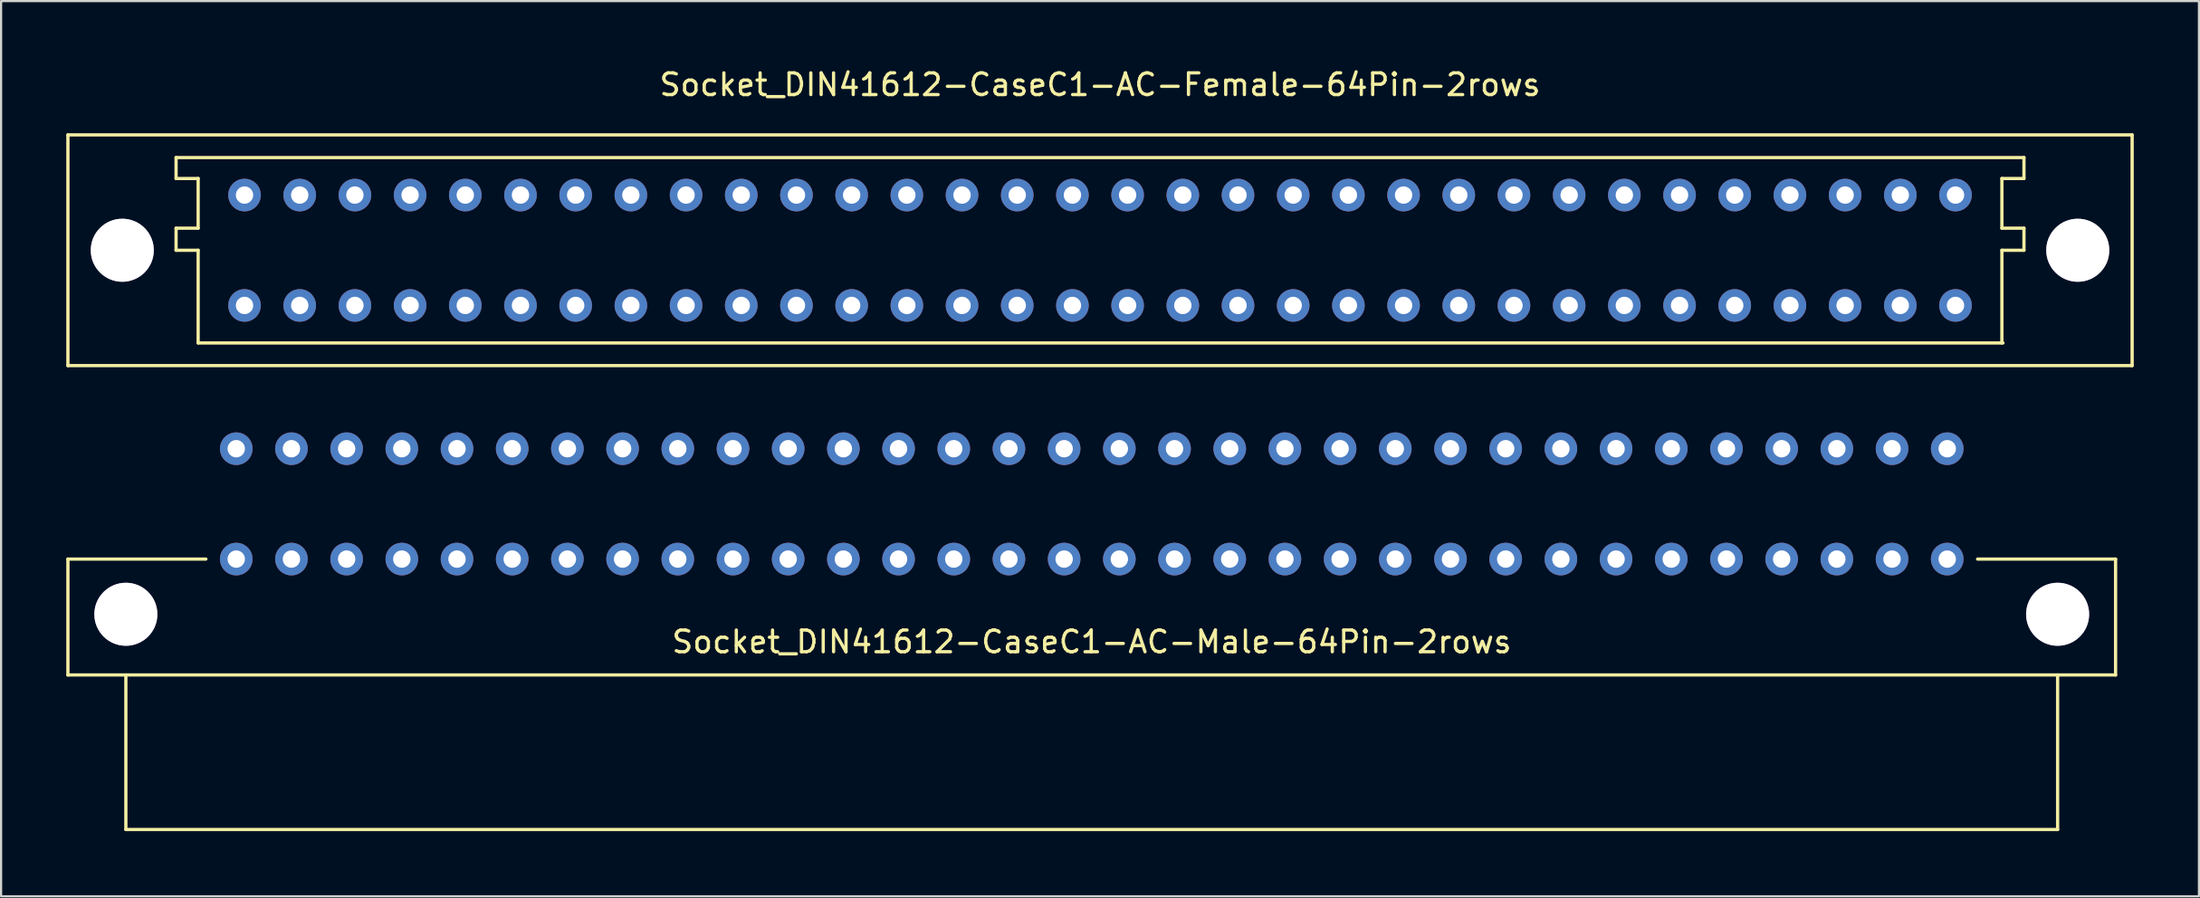
<source format=kicad_pcb>
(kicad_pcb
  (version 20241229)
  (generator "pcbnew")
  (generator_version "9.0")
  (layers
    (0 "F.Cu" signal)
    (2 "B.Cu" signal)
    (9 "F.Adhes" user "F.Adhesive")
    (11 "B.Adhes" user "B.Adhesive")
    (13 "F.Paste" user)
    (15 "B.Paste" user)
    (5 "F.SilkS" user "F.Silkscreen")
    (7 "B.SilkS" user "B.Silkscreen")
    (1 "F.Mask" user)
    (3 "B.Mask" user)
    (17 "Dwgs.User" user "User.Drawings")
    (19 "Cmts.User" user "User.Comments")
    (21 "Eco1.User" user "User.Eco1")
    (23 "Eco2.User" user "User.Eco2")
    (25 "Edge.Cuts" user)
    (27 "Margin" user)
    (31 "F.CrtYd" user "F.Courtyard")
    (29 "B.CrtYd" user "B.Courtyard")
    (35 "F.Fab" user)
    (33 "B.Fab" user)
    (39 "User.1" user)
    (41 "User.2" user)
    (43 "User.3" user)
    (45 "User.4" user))
  (footprint "Socket_DIN41612-CaseC1-AC-Male-64Pin-2rows"
    (layer "F.Cu")
    (at 47.192 20.142)
    (property "Reference" "Socket_DIN41612-CaseC1-AC-Male-64Pin-2rows" (at 0 6.35 0) (layer "F.SilkS") (effects (font (size 1 1) (thickness 0.15))))
    (attr through_hole)
    (fp_line (start -47.117 2.54) (end -40.767 2.54) (stroke (width 0.15) (type solid)) (layer "F.SilkS"))
    (fp_line (start -47.117 7.874) (end -47.117 2.54) (stroke (width 0.15) (type solid)) (layer "F.SilkS"))
    (fp_line (start -44.45 14.986) (end -44.45 7.874) (stroke (width 0.15) (type solid)) (layer "F.SilkS"))
    (fp_line (start 44.45 7.874) (end 44.45 14.986) (stroke (width 0.15) (type solid)) (layer "F.SilkS"))
    (fp_line (start 44.45 14.986) (end -44.45 14.986) (stroke (width 0.15) (type solid)) (layer "F.SilkS"))
    (fp_line (start 47.117 2.54) (end 40.767 2.54) (stroke (width 0.15) (type solid)) (layer "F.SilkS"))
    (fp_line (start 47.117 2.54) (end 47.117 7.874) (stroke (width 0.15) (type solid)) (layer "F.SilkS"))
    (fp_line (start 47.117 7.874) (end -47.117 7.874) (stroke (width 0.15) (type solid)) (layer "F.SilkS"))
    (pad "1" thru_hole circle (at -44.45 5.08) (size 2.901 2.901) (drill 2.901) (layers "*.Cu" "*.Mask"))
    (pad "1" thru_hole circle (at 44.45 5.08) (size 2.901 2.901) (drill 2.901) (layers "*.Cu" "*.Mask"))
    (pad "1a" thru_hole circle (at 39.37 -2.54 180) (size 1.501 1.501) (drill 0.8) (layers "*.Cu" "*.Mask"))
    (pad "1c" thru_hole circle (at 39.37 2.54 180) (size 1.501 1.501) (drill 0.8) (layers "*.Cu" "*.Mask"))
    (pad "2a" thru_hole circle (at 36.83 -2.54 180) (size 1.501 1.501) (drill 0.8) (layers "*.Cu" "*.Mask"))
    (pad "2c" thru_hole circle (at 36.83 2.54 180) (size 1.501 1.501) (drill 0.8) (layers "*.Cu" "*.Mask"))
    (pad "3a" thru_hole circle (at 34.29 -2.54 180) (size 1.501 1.501) (drill 0.8) (layers "*.Cu" "*.Mask"))
    (pad "3c" thru_hole circle (at 34.29 2.54 180) (size 1.501 1.501) (drill 0.8) (layers "*.Cu" "*.Mask"))
    (pad "4a" thru_hole circle (at 31.75 -2.54 180) (size 1.501 1.501) (drill 0.8) (layers "*.Cu" "*.Mask"))
    (pad "4c" thru_hole circle (at 31.75 2.54 180) (size 1.501 1.501) (drill 0.8) (layers "*.Cu" "*.Mask"))
    (pad "5a" thru_hole circle (at 29.21 -2.54 180) (size 1.501 1.501) (drill 0.8) (layers "*.Cu" "*.Mask"))
    (pad "5c" thru_hole circle (at 29.21 2.54 180) (size 1.501 1.501) (drill 0.8) (layers "*.Cu" "*.Mask"))
    (pad "6a" thru_hole circle (at 26.67 -2.54 180) (size 1.501 1.501) (drill 0.8) (layers "*.Cu" "*.Mask"))
    (pad "6c" thru_hole circle (at 26.67 2.54 180) (size 1.501 1.501) (drill 0.8) (layers "*.Cu" "*.Mask"))
    (pad "7a" thru_hole circle (at 24.13 -2.54 180) (size 1.501 1.501) (drill 0.8) (layers "*.Cu" "*.Mask"))
    (pad "7c" thru_hole circle (at 24.13 2.54 180) (size 1.501 1.501) (drill 0.8) (layers "*.Cu" "*.Mask"))
    (pad "8a" thru_hole circle (at 21.59 -2.54 180) (size 1.501 1.501) (drill 0.8) (layers "*.Cu" "*.Mask"))
    (pad "8c" thru_hole circle (at 21.59 2.54 180) (size 1.501 1.501) (drill 0.8) (layers "*.Cu" "*.Mask"))
    (pad "9a" thru_hole circle (at 19.05 -2.54 180) (size 1.501 1.501) (drill 0.8) (layers "*.Cu" "*.Mask"))
    (pad "9c" thru_hole circle (at 19.05 2.54 180) (size 1.501 1.501) (drill 0.8) (layers "*.Cu" "*.Mask"))
    (pad "10a" thru_hole circle (at 16.51 -2.54 180) (size 1.501 1.501) (drill 0.8) (layers "*.Cu" "*.Mask"))
    (pad "10c" thru_hole circle (at 16.51 2.54 180) (size 1.501 1.501) (drill 0.8) (layers "*.Cu" "*.Mask"))
    (pad "11a" thru_hole circle (at 13.97 -2.54 180) (size 1.501 1.501) (drill 0.8) (layers "*.Cu" "*.Mask"))
    (pad "11c" thru_hole circle (at 13.97 2.54 180) (size 1.501 1.501) (drill 0.8) (layers "*.Cu" "*.Mask"))
    (pad "12a" thru_hole circle (at 11.43 -2.54 180) (size 1.501 1.501) (drill 0.8) (layers "*.Cu" "*.Mask"))
    (pad "12c" thru_hole circle (at 11.43 2.54 180) (size 1.501 1.501) (drill 0.8) (layers "*.Cu" "*.Mask"))
    (pad "13a" thru_hole circle (at 8.89 -2.54 180) (size 1.501 1.501) (drill 0.8) (layers "*.Cu" "*.Mask"))
    (pad "13c" thru_hole circle (at 8.89 2.54 180) (size 1.501 1.501) (drill 0.8) (layers "*.Cu" "*.Mask"))
    (pad "14a" thru_hole circle (at 6.35 -2.54 180) (size 1.501 1.501) (drill 0.8) (layers "*.Cu" "*.Mask"))
    (pad "14c" thru_hole circle (at 6.35 2.54 180) (size 1.501 1.501) (drill 0.8) (layers "*.Cu" "*.Mask"))
    (pad "15a" thru_hole circle (at 3.81 -2.54 180) (size 1.501 1.501) (drill 0.8) (layers "*.Cu" "*.Mask"))
    (pad "15c" thru_hole circle (at 3.81 2.54 180) (size 1.501 1.501) (drill 0.8) (layers "*.Cu" "*.Mask"))
    (pad "16a" thru_hole circle (at 1.27 -2.54 180) (size 1.501 1.501) (drill 0.8) (layers "*.Cu" "*.Mask"))
    (pad "16c" thru_hole circle (at 1.27 2.54 180) (size 1.501 1.501) (drill 0.8) (layers "*.Cu" "*.Mask"))
    (pad "17a" thru_hole circle (at -1.27 -2.54 180) (size 1.501 1.501) (drill 0.8) (layers "*.Cu" "*.Mask"))
    (pad "17c" thru_hole circle (at -1.27 2.54 180) (size 1.501 1.501) (drill 0.8) (layers "*.Cu" "*.Mask"))
    (pad "18a" thru_hole circle (at -3.81 -2.54 180) (size 1.501 1.501) (drill 0.8) (layers "*.Cu" "*.Mask"))
    (pad "18c" thru_hole circle (at -3.81 2.54 180) (size 1.501 1.501) (drill 0.8) (layers "*.Cu" "*.Mask"))
    (pad "19a" thru_hole circle (at -6.35 -2.54 180) (size 1.501 1.501) (drill 0.8) (layers "*.Cu" "*.Mask"))
    (pad "19c" thru_hole circle (at -6.35 2.54 180) (size 1.501 1.501) (drill 0.8) (layers "*.Cu" "*.Mask"))
    (pad "20a" thru_hole circle (at -8.89 -2.54 180) (size 1.501 1.501) (drill 0.8) (layers "*.Cu" "*.Mask"))
    (pad "20c" thru_hole circle (at -8.89 2.54 180) (size 1.501 1.501) (drill 0.8) (layers "*.Cu" "*.Mask"))
    (pad "21a" thru_hole circle (at -11.43 -2.54 180) (size 1.501 1.501) (drill 0.8) (layers "*.Cu" "*.Mask"))
    (pad "21c" thru_hole circle (at -11.43 2.54 180) (size 1.501 1.501) (drill 0.8) (layers "*.Cu" "*.Mask"))
    (pad "22a" thru_hole circle (at -13.97 -2.54 180) (size 1.501 1.501) (drill 0.8) (layers "*.Cu" "*.Mask"))
    (pad "22c" thru_hole circle (at -13.97 2.54 180) (size 1.501 1.501) (drill 0.8) (layers "*.Cu" "*.Mask"))
    (pad "23a" thru_hole circle (at -16.51 -2.54 180) (size 1.501 1.501) (drill 0.8) (layers "*.Cu" "*.Mask"))
    (pad "23c" thru_hole circle (at -16.51 2.54 180) (size 1.501 1.501) (drill 0.8) (layers "*.Cu" "*.Mask"))
    (pad "24" thru_hole circle (at -19.05 -2.54 180) (size 1.501 1.501) (drill 0.8) (layers "*.Cu" "*.Mask"))
    (pad "24c" thru_hole circle (at -19.05 2.54 180) (size 1.501 1.501) (drill 0.8) (layers "*.Cu" "*.Mask"))
    (pad "25a" thru_hole circle (at -21.59 -2.54 180) (size 1.501 1.501) (drill 0.8) (layers "*.Cu" "*.Mask"))
    (pad "25c" thru_hole circle (at -21.59 2.54 180) (size 1.501 1.501) (drill 0.8) (layers "*.Cu" "*.Mask"))
    (pad "26a" thru_hole circle (at -24.13 -2.54 180) (size 1.501 1.501) (drill 0.8) (layers "*.Cu" "*.Mask"))
    (pad "26c" thru_hole circle (at -24.13 2.54 180) (size 1.501 1.501) (drill 0.8) (layers "*.Cu" "*.Mask"))
    (pad "27a" thru_hole circle (at -26.67 -2.54 180) (size 1.501 1.501) (drill 0.8) (layers "*.Cu" "*.Mask"))
    (pad "27c" thru_hole circle (at -26.67 2.54 180) (size 1.501 1.501) (drill 0.8) (layers "*.Cu" "*.Mask"))
    (pad "28a" thru_hole circle (at -29.21 -2.54 180) (size 1.501 1.501) (drill 0.8) (layers "*.Cu" "*.Mask"))
    (pad "28c" thru_hole circle (at -29.21 2.54 180) (size 1.501 1.501) (drill 0.8) (layers "*.Cu" "*.Mask"))
    (pad "29a" thru_hole circle (at -31.75 -2.54 180) (size 1.501 1.501) (drill 0.8) (layers "*.Cu" "*.Mask"))
    (pad "29c" thru_hole circle (at -31.75 2.54 180) (size 1.501 1.501) (drill 0.8) (layers "*.Cu" "*.Mask"))
    (pad "30a" thru_hole circle (at -34.29 -2.54 180) (size 1.501 1.501) (drill 0.8) (layers "*.Cu" "*.Mask"))
    (pad "30c" thru_hole circle (at -34.29 2.54 180) (size 1.501 1.501) (drill 0.8) (layers "*.Cu" "*.Mask"))
    (pad "31a" thru_hole circle (at -36.83 -2.54 180) (size 1.501 1.501) (drill 0.8) (layers "*.Cu" "*.Mask"))
    (pad "31c" thru_hole circle (at -36.83 2.54 180) (size 1.501 1.501) (drill 0.8) (layers "*.Cu" "*.Mask"))
    (pad "32a" thru_hole circle (at -39.37 -2.54 180) (size 1.501 1.501) (drill 0.8) (layers "*.Cu" "*.Mask"))
    (pad "32c" thru_hole circle (at -39.37 2.54 180) (size 1.501 1.501) (drill 0.8) (layers "*.Cu" "*.Mask")))
  (footprint "Socket_DIN41612-CaseC1-AC-Female-64Pin-2rows"
    (layer "F.Cu")
    (at 47.573 8.468)
    (property "Reference" "Socket_DIN41612-CaseC1-AC-Female-64Pin-2rows" (at 0 -7.62 0) (layer "F.SilkS") (effects (font (size 1 1) (thickness 0.15))))
    (attr through_hole)
    (fp_line (start -47.498 -5.309) (end -47.498 5.309) (stroke (width 0.15) (type solid)) (layer "F.SilkS"))
    (fp_line (start -47.498 5.309) (end 47.498 5.309) (stroke (width 0.15) (type solid)) (layer "F.SilkS"))
    (fp_line (start -42.52 -3.302) (end -42.52 -4.267) (stroke (width 0.15) (type solid)) (layer "F.SilkS"))
    (fp_line (start -42.52 -1.016) (end -41.504 -1.016) (stroke (width 0.15) (type solid)) (layer "F.SilkS"))
    (fp_line (start -42.52 0) (end -42.52 -1.016) (stroke (width 0.15) (type solid)) (layer "F.SilkS"))
    (fp_line (start -41.504 -3.302) (end -42.52 -3.302) (stroke (width 0.15) (type solid)) (layer "F.SilkS"))
    (fp_line (start -41.504 -1.016) (end -41.504 -3.302) (stroke (width 0.15) (type solid)) (layer "F.SilkS"))
    (fp_line (start -41.504 0) (end -42.52 0) (stroke (width 0.15) (type solid)) (layer "F.SilkS"))
    (fp_line (start -41.504 4.267) (end -41.504 0) (stroke (width 0.15) (type solid)) (layer "F.SilkS"))
    (fp_line (start -41.504 4.267) (end 41.554 4.267) (stroke (width 0.15) (type solid)) (layer "F.SilkS"))
    (fp_line (start 41.504 -3.302) (end 42.52 -3.302) (stroke (width 0.15) (type solid)) (layer "F.SilkS"))
    (fp_line (start 41.504 -1.016) (end 41.504 -3.302) (stroke (width 0.15) (type solid)) (layer "F.SilkS"))
    (fp_line (start 41.504 0) (end 42.52 0) (stroke (width 0.15) (type solid)) (layer "F.SilkS"))
    (fp_line (start 41.504 4.267) (end 41.504 0) (stroke (width 0.15) (type solid)) (layer "F.SilkS"))
    (fp_line (start 42.52 -4.267) (end -42.52 -4.267) (stroke (width 0.15) (type solid)) (layer "F.SilkS"))
    (fp_line (start 42.52 -3.302) (end 42.52 -4.267) (stroke (width 0.15) (type solid)) (layer "F.SilkS"))
    (fp_line (start 42.52 -1.016) (end 41.504 -1.016) (stroke (width 0.15) (type solid)) (layer "F.SilkS"))
    (fp_line (start 42.52 0) (end 42.52 -1.016) (stroke (width 0.15) (type solid)) (layer "F.SilkS"))
    (fp_line (start 47.498 -5.309) (end -47.498 -5.309) (stroke (width 0.15) (type solid)) (layer "F.SilkS"))
    (fp_line (start 47.498 5.309) (end 47.498 -5.309) (stroke (width 0.15) (type solid)) (layer "F.SilkS"))
    (pad "1" thru_hole circle (at -44.996 0) (size 2.901 2.901) (drill 2.901) (layers "*.Cu" "*.Mask"))
    (pad "1" thru_hole circle (at 44.996 0) (size 2.901 2.901) (drill 2.901) (layers "*.Cu" "*.Mask"))
    (pad "1a" thru_hole circle (at 39.37 -2.54 180) (size 1.501 1.501) (drill 0.8) (layers "*.Cu" "*.Mask"))
    (pad "1c" thru_hole circle (at 39.37 2.54 180) (size 1.501 1.501) (drill 0.8) (layers "*.Cu" "*.Mask"))
    (pad "2a" thru_hole circle (at 36.83 -2.54 180) (size 1.501 1.501) (drill 0.8) (layers "*.Cu" "*.Mask"))
    (pad "2c" thru_hole circle (at 36.83 2.54 180) (size 1.501 1.501) (drill 0.8) (layers "*.Cu" "*.Mask"))
    (pad "3a" thru_hole circle (at 34.29 -2.54 180) (size 1.501 1.501) (drill 0.8) (layers "*.Cu" "*.Mask"))
    (pad "3c" thru_hole circle (at 34.29 2.54 180) (size 1.501 1.501) (drill 0.8) (layers "*.Cu" "*.Mask"))
    (pad "4a" thru_hole circle (at 31.75 -2.54 180) (size 1.501 1.501) (drill 0.8) (layers "*.Cu" "*.Mask"))
    (pad "4c" thru_hole circle (at 31.75 2.54 180) (size 1.501 1.501) (drill 0.8) (layers "*.Cu" "*.Mask"))
    (pad "5a" thru_hole circle (at 29.21 -2.54 180) (size 1.501 1.501) (drill 0.8) (layers "*.Cu" "*.Mask"))
    (pad "5c" thru_hole circle (at 29.21 2.54 180) (size 1.501 1.501) (drill 0.8) (layers "*.Cu" "*.Mask"))
    (pad "6a" thru_hole circle (at 26.67 -2.54 180) (size 1.501 1.501) (drill 0.8) (layers "*.Cu" "*.Mask"))
    (pad "6c" thru_hole circle (at 26.67 2.54 180) (size 1.501 1.501) (drill 0.8) (layers "*.Cu" "*.Mask"))
    (pad "7a" thru_hole circle (at 24.13 -2.54 180) (size 1.501 1.501) (drill 0.8) (layers "*.Cu" "*.Mask"))
    (pad "7c" thru_hole circle (at 24.13 2.54 180) (size 1.501 1.501) (drill 0.8) (layers "*.Cu" "*.Mask"))
    (pad "8a" thru_hole circle (at 21.59 -2.54 180) (size 1.501 1.501) (drill 0.8) (layers "*.Cu" "*.Mask"))
    (pad "8c" thru_hole circle (at 21.59 2.54 180) (size 1.501 1.501) (drill 0.8) (layers "*.Cu" "*.Mask"))
    (pad "9a" thru_hole circle (at 19.05 -2.54 180) (size 1.501 1.501) (drill 0.8) (layers "*.Cu" "*.Mask"))
    (pad "9c" thru_hole circle (at 19.05 2.54 180) (size 1.501 1.501) (drill 0.8) (layers "*.Cu" "*.Mask"))
    (pad "10a" thru_hole circle (at 16.51 -2.54 180) (size 1.501 1.501) (drill 0.8) (layers "*.Cu" "*.Mask"))
    (pad "10c" thru_hole circle (at 16.51 2.54 180) (size 1.501 1.501) (drill 0.8) (layers "*.Cu" "*.Mask"))
    (pad "11a" thru_hole circle (at 13.97 -2.54 180) (size 1.501 1.501) (drill 0.8) (layers "*.Cu" "*.Mask"))
    (pad "11c" thru_hole circle (at 13.97 2.54 180) (size 1.501 1.501) (drill 0.8) (layers "*.Cu" "*.Mask"))
    (pad "12a" thru_hole circle (at 11.43 -2.54 180) (size 1.501 1.501) (drill 0.8) (layers "*.Cu" "*.Mask"))
    (pad "12c" thru_hole circle (at 11.43 2.54 180) (size 1.501 1.501) (drill 0.8) (layers "*.Cu" "*.Mask"))
    (pad "13a" thru_hole circle (at 8.89 -2.54 180) (size 1.501 1.501) (drill 0.8) (layers "*.Cu" "*.Mask"))
    (pad "13c" thru_hole circle (at 8.89 2.54 180) (size 1.501 1.501) (drill 0.8) (layers "*.Cu" "*.Mask"))
    (pad "14a" thru_hole circle (at 6.35 -2.54 180) (size 1.501 1.501) (drill 0.8) (layers "*.Cu" "*.Mask"))
    (pad "14c" thru_hole circle (at 6.35 2.54 180) (size 1.501 1.501) (drill 0.8) (layers "*.Cu" "*.Mask"))
    (pad "15a" thru_hole circle (at 3.81 -2.54 180) (size 1.501 1.501) (drill 0.8) (layers "*.Cu" "*.Mask"))
    (pad "15c" thru_hole circle (at 3.81 2.54 180) (size 1.501 1.501) (drill 0.8) (layers "*.Cu" "*.Mask"))
    (pad "16a" thru_hole circle (at 1.27 -2.54 180) (size 1.501 1.501) (drill 0.8) (layers "*.Cu" "*.Mask"))
    (pad "16c" thru_hole circle (at 1.27 2.54 180) (size 1.501 1.501) (drill 0.8) (layers "*.Cu" "*.Mask"))
    (pad "17a" thru_hole circle (at -1.27 -2.54 180) (size 1.501 1.501) (drill 0.8) (layers "*.Cu" "*.Mask"))
    (pad "17c" thru_hole circle (at -1.27 2.54 180) (size 1.501 1.501) (drill 0.8) (layers "*.Cu" "*.Mask"))
    (pad "18a" thru_hole circle (at -3.81 -2.54 180) (size 1.501 1.501) (drill 0.8) (layers "*.Cu" "*.Mask"))
    (pad "18c" thru_hole circle (at -3.81 2.54 180) (size 1.501 1.501) (drill 0.8) (layers "*.Cu" "*.Mask"))
    (pad "19a" thru_hole circle (at -6.35 -2.54 180) (size 1.501 1.501) (drill 0.8) (layers "*.Cu" "*.Mask"))
    (pad "19c" thru_hole circle (at -6.35 2.54 180) (size 1.501 1.501) (drill 0.8) (layers "*.Cu" "*.Mask"))
    (pad "20a" thru_hole circle (at -8.89 -2.54 180) (size 1.501 1.501) (drill 0.8) (layers "*.Cu" "*.Mask"))
    (pad "20c" thru_hole circle (at -8.89 2.54 180) (size 1.501 1.501) (drill 0.8) (layers "*.Cu" "*.Mask"))
    (pad "21a" thru_hole circle (at -11.43 -2.54 180) (size 1.501 1.501) (drill 0.8) (layers "*.Cu" "*.Mask"))
    (pad "21c" thru_hole circle (at -11.43 2.54 180) (size 1.501 1.501) (drill 0.8) (layers "*.Cu" "*.Mask"))
    (pad "22a" thru_hole circle (at -13.97 -2.54 180) (size 1.501 1.501) (drill 0.8) (layers "*.Cu" "*.Mask"))
    (pad "22c" thru_hole circle (at -13.97 2.54 180) (size 1.501 1.501) (drill 0.8) (layers "*.Cu" "*.Mask"))
    (pad "23a" thru_hole circle (at -16.51 -2.54 180) (size 1.501 1.501) (drill 0.8) (layers "*.Cu" "*.Mask"))
    (pad "23c" thru_hole circle (at -16.51 2.54 180) (size 1.501 1.501) (drill 0.8) (layers "*.Cu" "*.Mask"))
    (pad "24" thru_hole circle (at -19.05 -2.54 180) (size 1.501 1.501) (drill 0.8) (layers "*.Cu" "*.Mask"))
    (pad "24c" thru_hole circle (at -19.05 2.54 180) (size 1.501 1.501) (drill 0.8) (layers "*.Cu" "*.Mask"))
    (pad "25a" thru_hole circle (at -21.59 -2.54 180) (size 1.501 1.501) (drill 0.8) (layers "*.Cu" "*.Mask"))
    (pad "25c" thru_hole circle (at -21.59 2.54 180) (size 1.501 1.501) (drill 0.8) (layers "*.Cu" "*.Mask"))
    (pad "26a" thru_hole circle (at -24.13 -2.54 180) (size 1.501 1.501) (drill 0.8) (layers "*.Cu" "*.Mask"))
    (pad "26c" thru_hole circle (at -24.13 2.54 180) (size 1.501 1.501) (drill 0.8) (layers "*.Cu" "*.Mask"))
    (pad "27a" thru_hole circle (at -26.67 -2.54 180) (size 1.501 1.501) (drill 0.8) (layers "*.Cu" "*.Mask"))
    (pad "27c" thru_hole circle (at -26.67 2.54 180) (size 1.501 1.501) (drill 0.8) (layers "*.Cu" "*.Mask"))
    (pad "28a" thru_hole circle (at -29.21 -2.54 180) (size 1.501 1.501) (drill 0.8) (layers "*.Cu" "*.Mask"))
    (pad "28c" thru_hole circle (at -29.21 2.54 180) (size 1.501 1.501) (drill 0.8) (layers "*.Cu" "*.Mask"))
    (pad "29a" thru_hole circle (at -31.75 -2.54 180) (size 1.501 1.501) (drill 0.8) (layers "*.Cu" "*.Mask"))
    (pad "29c" thru_hole circle (at -31.75 2.54 180) (size 1.501 1.501) (drill 0.8) (layers "*.Cu" "*.Mask"))
    (pad "30a" thru_hole circle (at -34.29 -2.54 180) (size 1.501 1.501) (drill 0.8) (layers "*.Cu" "*.Mask"))
    (pad "30c" thru_hole circle (at -34.29 2.54 180) (size 1.501 1.501) (drill 0.8) (layers "*.Cu" "*.Mask"))
    (pad "31a" thru_hole circle (at -36.83 -2.54 180) (size 1.501 1.501) (drill 0.8) (layers "*.Cu" "*.Mask"))
    (pad "31c" thru_hole circle (at -36.83 2.54 180) (size 1.501 1.501) (drill 0.8) (layers "*.Cu" "*.Mask"))
    (pad "32a" thru_hole circle (at -39.37 -2.54 180) (size 1.501 1.501) (drill 0.8) (layers "*.Cu" "*.Mask"))
    (pad "32c" thru_hole circle (at -39.37 2.54 180) (size 1.501 1.501) (drill 0.8) (layers "*.Cu" "*.Mask")))
  (gr_rect
    (start -3 -3)
    (end 98.146 38.203)
    (stroke (width 0.1) (type default))
    (fill no)
    (layer "Edge.Cuts")))
</source>
